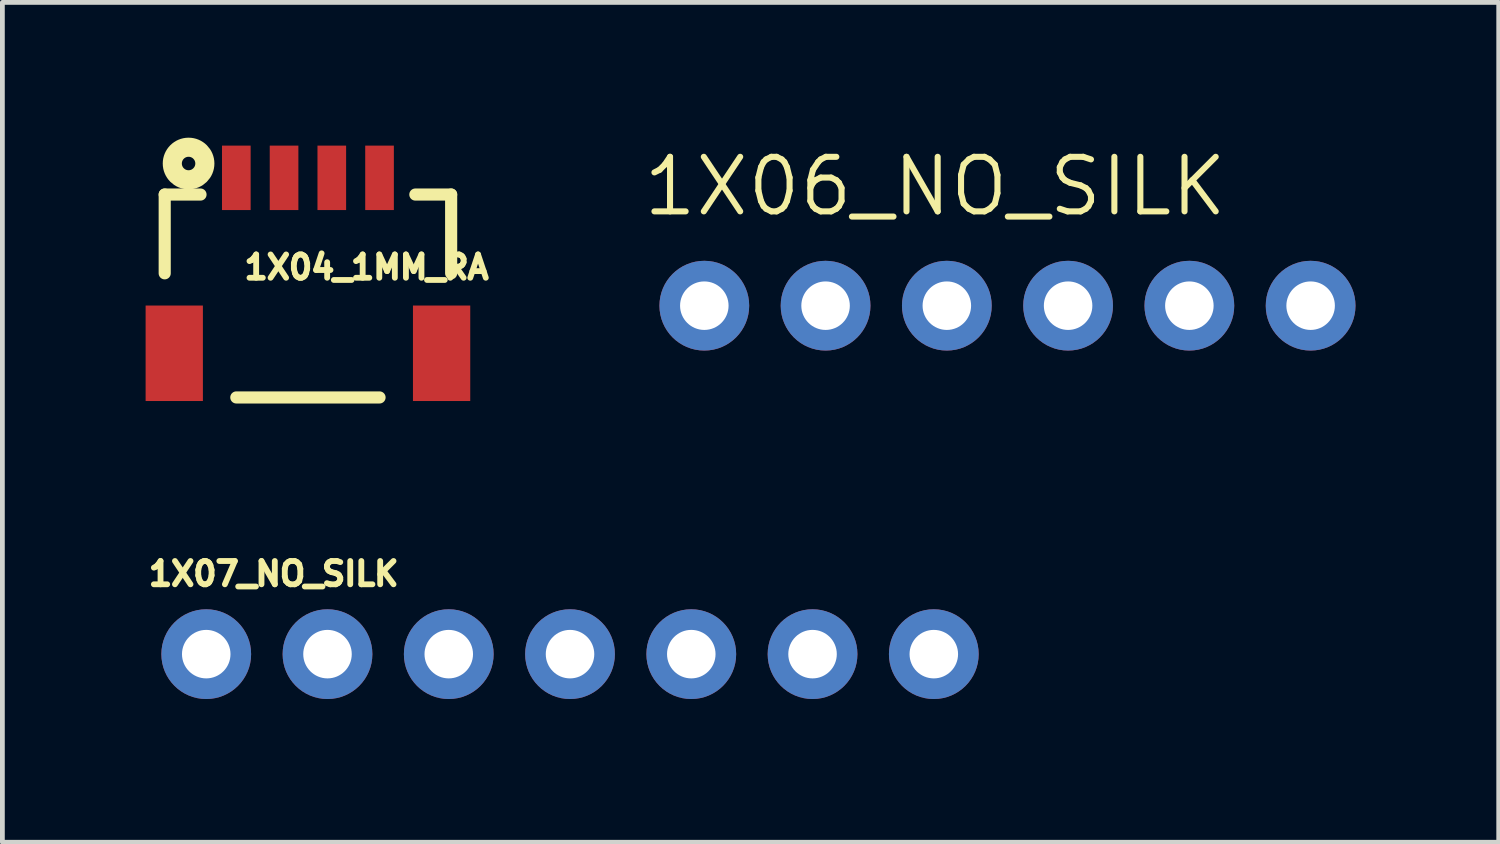
<source format=kicad_pcb>
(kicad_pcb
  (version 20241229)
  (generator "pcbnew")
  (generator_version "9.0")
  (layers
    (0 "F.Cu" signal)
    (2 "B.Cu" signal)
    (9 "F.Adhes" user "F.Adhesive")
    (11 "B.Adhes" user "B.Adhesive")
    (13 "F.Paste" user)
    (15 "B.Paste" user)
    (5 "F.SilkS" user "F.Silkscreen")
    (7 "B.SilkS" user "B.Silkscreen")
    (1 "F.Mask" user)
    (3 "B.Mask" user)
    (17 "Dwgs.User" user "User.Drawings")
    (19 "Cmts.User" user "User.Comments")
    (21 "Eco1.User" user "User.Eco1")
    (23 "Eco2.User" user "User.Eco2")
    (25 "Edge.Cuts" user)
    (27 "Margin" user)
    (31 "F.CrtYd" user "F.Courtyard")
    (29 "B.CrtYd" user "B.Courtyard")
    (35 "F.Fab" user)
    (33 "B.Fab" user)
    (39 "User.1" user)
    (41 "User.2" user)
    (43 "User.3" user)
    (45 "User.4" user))
  (footprint "1X04_1MM_RA"
    (layer "F.Cu")
    (at 3.4 0.675)
    (property "Reference" "1X04_1MM_RA" (at -1.397 2.159 0) (layer "F.SilkS") (effects (font (size 0.488 0.488) (thickness 0.122)) (justify left bottom)))
    (fp_line (start -3 0.35) (end -2.25 0.35) (stroke (width 0.254) (type solid)) (layer "F.SilkS"))
    (fp_line (start -3 2) (end -3 0.35) (stroke (width 0.254) (type solid)) (layer "F.SilkS"))
    (fp_line (start -1.5 4.6) (end 1.5 4.6) (stroke (width 0.254) (type solid)) (layer "F.SilkS"))
    (fp_line (start 2.25 0.35) (end 3 0.35) (stroke (width 0.254) (type solid)) (layer "F.SilkS"))
    (fp_line (start 3 0.35) (end 3 2) (stroke (width 0.254) (type solid)) (layer "F.SilkS"))
    (fp_circle (center -2.5 -0.3) (end -2.359 -0.3) (stroke (width 0.4) (type solid)) (fill no) (layer "F.SilkS"))
    (pad "1" smd rect (at -1.5 0) (size 0.6 1.35) (layers "F.Cu" "F.Mask" "F.Paste"))
    (pad "2" smd rect (at -0.5 0) (size 0.6 1.35) (layers "F.Cu" "F.Mask" "F.Paste"))
    (pad "3" smd rect (at 0.5 0) (size 0.6 1.35) (layers "F.Cu" "F.Mask" "F.Paste"))
    (pad "4" smd rect (at 1.5 0) (size 0.6 1.35) (layers "F.Cu" "F.Mask" "F.Paste"))
    (pad "NC1" smd rect (at 2.8 3.675) (size 1.2 2) (layers "F.Cu" "F.Mask" "F.Paste"))
    (pad "NC2" smd rect (at -2.8 3.675) (size 1.2 2) (layers "F.Cu" "F.Mask" "F.Paste")))
  (footprint "1X07_NO_SILK"
    (layer "F.Cu")
    (at 1.27 10.652)
    (property "Reference" "1X07_NO_SILK" (at -1.27 -1.397 0) (layer "F.SilkS") (effects (font (size 0.488 0.488) (thickness 0.122)) (justify left bottom)))
    (fp_poly (pts (xy -0.254 0.254) (xy 0.254 0.254) (xy 0.254 -0.254) (xy -0.254 -0.254)) (stroke (width 0.1) (type solid)) (fill no) (layer "F.Fab"))
    (fp_poly (pts (xy 2.286 0.254) (xy 2.794 0.254) (xy 2.794 -0.254) (xy 2.286 -0.254)) (stroke (width 0.1) (type solid)) (fill no) (layer "F.Fab"))
    (fp_poly (pts (xy 4.826 0.254) (xy 5.334 0.254) (xy 5.334 -0.254) (xy 4.826 -0.254)) (stroke (width 0.1) (type solid)) (fill no) (layer "F.Fab"))
    (fp_poly (pts (xy 7.366 0.254) (xy 7.874 0.254) (xy 7.874 -0.254) (xy 7.366 -0.254)) (stroke (width 0.1) (type solid)) (fill no) (layer "F.Fab"))
    (fp_poly (pts (xy 9.906 0.254) (xy 10.414 0.254) (xy 10.414 -0.254) (xy 9.906 -0.254)) (stroke (width 0.1) (type solid)) (fill no) (layer "F.Fab"))
    (fp_poly (pts (xy 12.446 0.254) (xy 12.954 0.254) (xy 12.954 -0.254) (xy 12.446 -0.254)) (stroke (width 0.1) (type solid)) (fill no) (layer "F.Fab"))
    (fp_poly (pts (xy 14.986 0.254) (xy 15.494 0.254) (xy 15.494 -0.254) (xy 14.986 -0.254)) (stroke (width 0.1) (type solid)) (fill no) (layer "F.Fab"))
    (pad "1" thru_hole circle (at 0 0 90) (size 1.88 1.88) (drill 1.016) (layers "*.Cu" "*.Mask"))
    (pad "2" thru_hole circle (at 2.54 0 90) (size 1.88 1.88) (drill 1.016) (layers "*.Cu" "*.Mask"))
    (pad "3" thru_hole circle (at 5.08 0 90) (size 1.88 1.88) (drill 1.016) (layers "*.Cu" "*.Mask"))
    (pad "4" thru_hole circle (at 7.62 0 90) (size 1.88 1.88) (drill 1.016) (layers "*.Cu" "*.Mask"))
    (pad "5" thru_hole circle (at 10.16 0 90) (size 1.88 1.88) (drill 1.016) (layers "*.Cu" "*.Mask"))
    (pad "6" thru_hole circle (at 12.7 0 90) (size 1.88 1.88) (drill 1.016) (layers "*.Cu" "*.Mask"))
    (pad "7" thru_hole circle (at 15.24 0 90) (size 1.88 1.88) (drill 1.016) (layers "*.Cu" "*.Mask")))
  (footprint "1X06_NO_SILK"
    (layer "F.Cu")
    (at 11.703 3.353)
    (property "Reference" "1X06_NO_SILK" (at -1.346 -1.829 0) (layer "F.SilkS") (effects (font (size 1.143 1.143) (thickness 0.127)) (justify left bottom)))
    (fp_poly (pts (xy -0.254 0.254) (xy 0.254 0.254) (xy 0.254 -0.254) (xy -0.254 -0.254)) (stroke (width 0.1) (type solid)) (fill no) (layer "F.Fab"))
    (fp_poly (pts (xy 2.286 0.254) (xy 2.794 0.254) (xy 2.794 -0.254) (xy 2.286 -0.254)) (stroke (width 0.1) (type solid)) (fill no) (layer "F.Fab"))
    (fp_poly (pts (xy 4.826 0.254) (xy 5.334 0.254) (xy 5.334 -0.254) (xy 4.826 -0.254)) (stroke (width 0.1) (type solid)) (fill no) (layer "F.Fab"))
    (fp_poly (pts (xy 7.366 0.254) (xy 7.874 0.254) (xy 7.874 -0.254) (xy 7.366 -0.254)) (stroke (width 0.1) (type solid)) (fill no) (layer "F.Fab"))
    (fp_poly (pts (xy 9.906 0.254) (xy 10.414 0.254) (xy 10.414 -0.254) (xy 9.906 -0.254)) (stroke (width 0.1) (type solid)) (fill no) (layer "F.Fab"))
    (fp_poly (pts (xy 12.446 0.254) (xy 12.954 0.254) (xy 12.954 -0.254) (xy 12.446 -0.254)) (stroke (width 0.1) (type solid)) (fill no) (layer "F.Fab"))
    (pad "1" thru_hole circle (at 0 0 90) (size 1.88 1.88) (drill 1.016) (layers "*.Cu" "*.Mask"))
    (pad "2" thru_hole circle (at 2.54 0 90) (size 1.88 1.88) (drill 1.016) (layers "*.Cu" "*.Mask"))
    (pad "3" thru_hole circle (at 5.08 0 90) (size 1.88 1.88) (drill 1.016) (layers "*.Cu" "*.Mask"))
    (pad "4" thru_hole circle (at 7.62 0 90) (size 1.88 1.88) (drill 1.016) (layers "*.Cu" "*.Mask"))
    (pad "5" thru_hole circle (at 10.16 0 90) (size 1.88 1.88) (drill 1.016) (layers "*.Cu" "*.Mask"))
    (pad "6" thru_hole circle (at 12.7 0 90) (size 1.88 1.88) (drill 1.016) (layers "*.Cu" "*.Mask")))
  (gr_rect
    (start -3 -3)
    (end 28.343 14.592)
    (stroke (width 0.1) (type default))
    (fill no)
    (layer "Edge.Cuts")))
</source>
